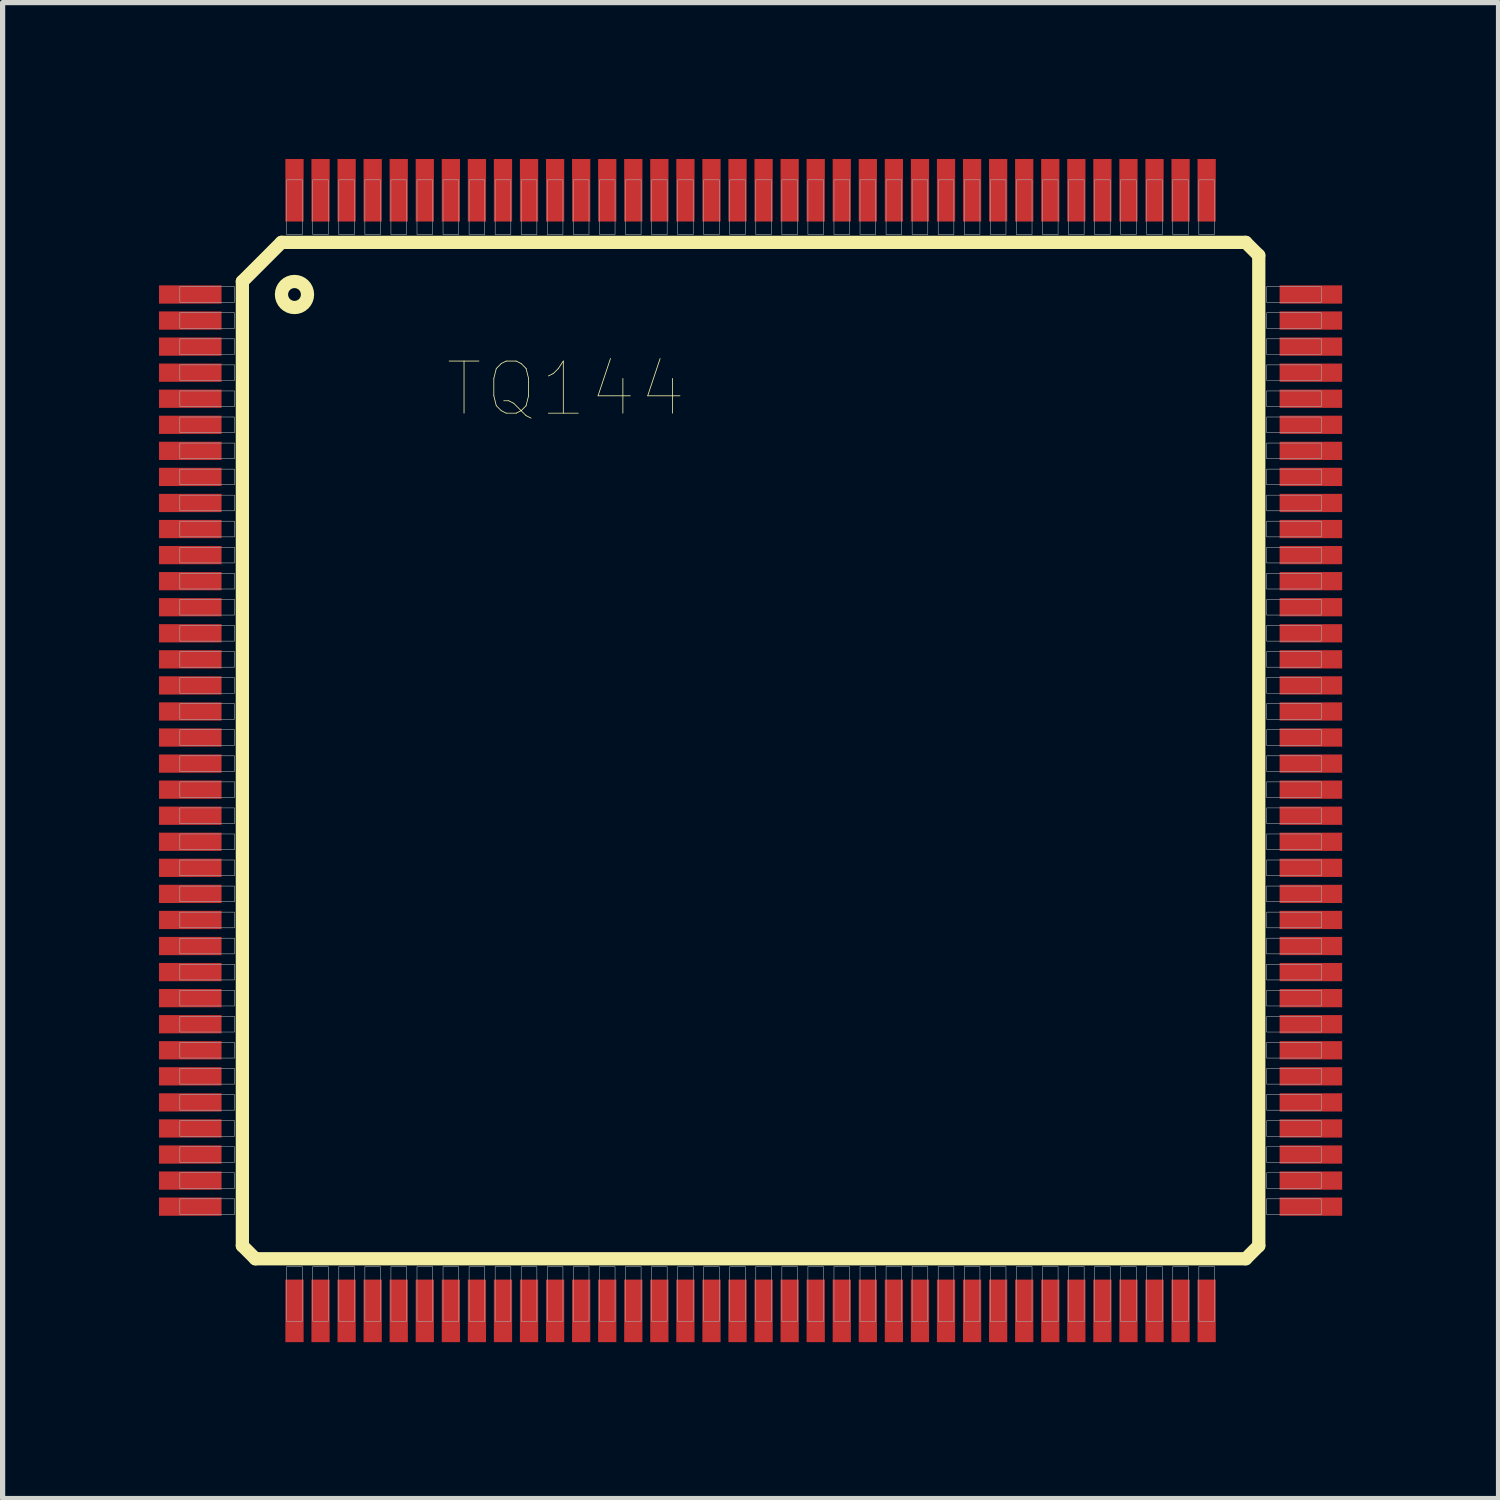
<source format=kicad_pcb>
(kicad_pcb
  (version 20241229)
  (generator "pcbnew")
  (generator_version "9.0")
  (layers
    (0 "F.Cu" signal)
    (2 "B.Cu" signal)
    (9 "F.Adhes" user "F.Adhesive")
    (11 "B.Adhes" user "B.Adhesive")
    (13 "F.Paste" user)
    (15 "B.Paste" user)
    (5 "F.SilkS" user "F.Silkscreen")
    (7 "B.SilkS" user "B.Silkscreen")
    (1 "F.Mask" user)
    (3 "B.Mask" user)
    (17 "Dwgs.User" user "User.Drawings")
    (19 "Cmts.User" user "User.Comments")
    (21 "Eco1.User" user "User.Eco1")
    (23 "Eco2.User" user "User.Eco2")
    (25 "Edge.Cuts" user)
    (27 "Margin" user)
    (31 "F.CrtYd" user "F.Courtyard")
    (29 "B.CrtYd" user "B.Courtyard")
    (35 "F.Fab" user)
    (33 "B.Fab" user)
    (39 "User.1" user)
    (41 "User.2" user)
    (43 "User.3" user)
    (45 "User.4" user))
  (footprint "TQ144"
    (layer "F.Cu")
    (at 11.35 11.35)
    (property "Reference" "TQ144" (at -3.545 -6.935 0) (layer "F.SilkS") (effects (font (size 1 1) (thickness 0.015))))
    (attr through_hole)
    (fp_line (start -9.75 -9) (end -9 -9.75) (stroke (width 0.254) (type solid)) (layer "F.SilkS"))
    (fp_line (start -9.75 9.5) (end -9.75 -9) (stroke (width 0.254) (type solid)) (layer "F.SilkS"))
    (fp_line (start -9.5 9.75) (end -9.75 9.5) (stroke (width 0.254) (type solid)) (layer "F.SilkS"))
    (fp_line (start -9 -9.75) (end 9.5 -9.75) (stroke (width 0.254) (type solid)) (layer "F.SilkS"))
    (fp_line (start 9.5 -9.75) (end 9.75 -9.5) (stroke (width 0.254) (type solid)) (layer "F.SilkS"))
    (fp_line (start 9.5 9.75) (end -9.5 9.75) (stroke (width 0.254) (type solid)) (layer "F.SilkS"))
    (fp_line (start 9.75 -9.5) (end 9.75 9.5) (stroke (width 0.254) (type solid)) (layer "F.SilkS"))
    (fp_line (start 9.75 9.5) (end 9.5 9.75) (stroke (width 0.254) (type solid)) (layer "F.SilkS"))
    (fp_circle (center -8.75 -8.75) (end -8.5 -8.75) (stroke (width 0.254) (type solid)) (fill no) (layer "F.SilkS"))
    (fp_poly (pts (xy -10.95 -8.9) (xy -9.9 -8.9) (xy -9.9 -8.6) (xy -10.95 -8.6)) (stroke (width 0.01) (type solid)) (fill no) (layer "F.Fab"))
    (fp_poly (pts (xy -10.95 -8.4) (xy -9.9 -8.4) (xy -9.9 -8.1) (xy -10.95 -8.1)) (stroke (width 0.01) (type solid)) (fill no) (layer "F.Fab"))
    (fp_poly (pts (xy -10.95 -7.9) (xy -9.9 -7.9) (xy -9.9 -7.6) (xy -10.95 -7.6)) (stroke (width 0.01) (type solid)) (fill no) (layer "F.Fab"))
    (fp_poly (pts (xy -10.95 -7.4) (xy -9.9 -7.4) (xy -9.9 -7.1) (xy -10.95 -7.1)) (stroke (width 0.01) (type solid)) (fill no) (layer "F.Fab"))
    (fp_poly (pts (xy -10.95 -6.9) (xy -9.9 -6.9) (xy -9.9 -6.6) (xy -10.95 -6.6)) (stroke (width 0.01) (type solid)) (fill no) (layer "F.Fab"))
    (fp_poly (pts (xy -10.95 -6.4) (xy -9.9 -6.4) (xy -9.9 -6.1) (xy -10.95 -6.1)) (stroke (width 0.01) (type solid)) (fill no) (layer "F.Fab"))
    (fp_poly (pts (xy -10.95 -5.9) (xy -9.9 -5.9) (xy -9.9 -5.6) (xy -10.95 -5.6)) (stroke (width 0.01) (type solid)) (fill no) (layer "F.Fab"))
    (fp_poly (pts (xy -10.95 -5.4) (xy -9.9 -5.4) (xy -9.9 -5.1) (xy -10.95 -5.1)) (stroke (width 0.01) (type solid)) (fill no) (layer "F.Fab"))
    (fp_poly (pts (xy -10.95 -4.9) (xy -9.9 -4.9) (xy -9.9 -4.6) (xy -10.95 -4.6)) (stroke (width 0.01) (type solid)) (fill no) (layer "F.Fab"))
    (fp_poly (pts (xy -10.95 -4.4) (xy -9.9 -4.4) (xy -9.9 -4.1) (xy -10.95 -4.1)) (stroke (width 0.01) (type solid)) (fill no) (layer "F.Fab"))
    (fp_poly (pts (xy -10.95 -3.9) (xy -9.9 -3.9) (xy -9.9 -3.6) (xy -10.95 -3.6)) (stroke (width 0.01) (type solid)) (fill no) (layer "F.Fab"))
    (fp_poly (pts (xy -10.95 -3.4) (xy -9.9 -3.4) (xy -9.9 -3.1) (xy -10.95 -3.1)) (stroke (width 0.01) (type solid)) (fill no) (layer "F.Fab"))
    (fp_poly (pts (xy -10.95 -2.9) (xy -9.9 -2.9) (xy -9.9 -2.6) (xy -10.95 -2.6)) (stroke (width 0.01) (type solid)) (fill no) (layer "F.Fab"))
    (fp_poly (pts (xy -10.95 -2.4) (xy -9.9 -2.4) (xy -9.9 -2.1) (xy -10.95 -2.1)) (stroke (width 0.01) (type solid)) (fill no) (layer "F.Fab"))
    (fp_poly (pts (xy -10.95 -1.9) (xy -9.9 -1.9) (xy -9.9 -1.6) (xy -10.95 -1.6)) (stroke (width 0.01) (type solid)) (fill no) (layer "F.Fab"))
    (fp_poly (pts (xy -10.95 -1.4) (xy -9.9 -1.4) (xy -9.9 -1.1) (xy -10.95 -1.1)) (stroke (width 0.01) (type solid)) (fill no) (layer "F.Fab"))
    (fp_poly (pts (xy -10.95 -0.9) (xy -9.9 -0.9) (xy -9.9 -0.6) (xy -10.95 -0.6)) (stroke (width 0.01) (type solid)) (fill no) (layer "F.Fab"))
    (fp_poly (pts (xy -10.95 -0.4) (xy -9.9 -0.4) (xy -9.9 -0.1) (xy -10.95 -0.1)) (stroke (width 0.01) (type solid)) (fill no) (layer "F.Fab"))
    (fp_poly (pts (xy -10.95 0.1) (xy -9.9 0.1) (xy -9.9 0.4) (xy -10.95 0.4)) (stroke (width 0.01) (type solid)) (fill no) (layer "F.Fab"))
    (fp_poly (pts (xy -10.95 0.6) (xy -9.9 0.6) (xy -9.9 0.9) (xy -10.95 0.9)) (stroke (width 0.01) (type solid)) (fill no) (layer "F.Fab"))
    (fp_poly (pts (xy -10.95 1.1) (xy -9.9 1.1) (xy -9.9 1.4) (xy -10.95 1.4)) (stroke (width 0.01) (type solid)) (fill no) (layer "F.Fab"))
    (fp_poly (pts (xy -10.95 1.6) (xy -9.9 1.6) (xy -9.9 1.9) (xy -10.95 1.9)) (stroke (width 0.01) (type solid)) (fill no) (layer "F.Fab"))
    (fp_poly (pts (xy -10.95 2.1) (xy -9.9 2.1) (xy -9.9 2.4) (xy -10.95 2.4)) (stroke (width 0.01) (type solid)) (fill no) (layer "F.Fab"))
    (fp_poly (pts (xy -10.95 2.6) (xy -9.9 2.6) (xy -9.9 2.9) (xy -10.95 2.9)) (stroke (width 0.01) (type solid)) (fill no) (layer "F.Fab"))
    (fp_poly (pts (xy -10.95 3.1) (xy -9.9 3.1) (xy -9.9 3.4) (xy -10.95 3.4)) (stroke (width 0.01) (type solid)) (fill no) (layer "F.Fab"))
    (fp_poly (pts (xy -10.95 3.6) (xy -9.9 3.6) (xy -9.9 3.9) (xy -10.95 3.9)) (stroke (width 0.01) (type solid)) (fill no) (layer "F.Fab"))
    (fp_poly (pts (xy -10.95 4.1) (xy -9.9 4.1) (xy -9.9 4.4) (xy -10.95 4.4)) (stroke (width 0.01) (type solid)) (fill no) (layer "F.Fab"))
    (fp_poly (pts (xy -10.95 4.6) (xy -9.9 4.6) (xy -9.9 4.9) (xy -10.95 4.9)) (stroke (width 0.01) (type solid)) (fill no) (layer "F.Fab"))
    (fp_poly (pts (xy -10.95 5.1) (xy -9.9 5.1) (xy -9.9 5.4) (xy -10.95 5.4)) (stroke (width 0.01) (type solid)) (fill no) (layer "F.Fab"))
    (fp_poly (pts (xy -10.95 5.6) (xy -9.9 5.6) (xy -9.9 5.9) (xy -10.95 5.9)) (stroke (width 0.01) (type solid)) (fill no) (layer "F.Fab"))
    (fp_poly (pts (xy -10.95 6.1) (xy -9.9 6.1) (xy -9.9 6.4) (xy -10.95 6.4)) (stroke (width 0.01) (type solid)) (fill no) (layer "F.Fab"))
    (fp_poly (pts (xy -10.95 6.6) (xy -9.9 6.6) (xy -9.9 6.9) (xy -10.95 6.9)) (stroke (width 0.01) (type solid)) (fill no) (layer "F.Fab"))
    (fp_poly (pts (xy -10.95 7.1) (xy -9.9 7.1) (xy -9.9 7.4) (xy -10.95 7.4)) (stroke (width 0.01) (type solid)) (fill no) (layer "F.Fab"))
    (fp_poly (pts (xy -10.95 7.6) (xy -9.9 7.6) (xy -9.9 7.9) (xy -10.95 7.9)) (stroke (width 0.01) (type solid)) (fill no) (layer "F.Fab"))
    (fp_poly (pts (xy -10.95 8.1) (xy -9.9 8.1) (xy -9.9 8.4) (xy -10.95 8.4)) (stroke (width 0.01) (type solid)) (fill no) (layer "F.Fab"))
    (fp_poly (pts (xy -10.95 8.6) (xy -9.9 8.6) (xy -9.9 8.9) (xy -10.95 8.9)) (stroke (width 0.01) (type solid)) (fill no) (layer "F.Fab"))
    (fp_poly (pts (xy -8.9 -10.95) (xy -8.6 -10.95) (xy -8.6 -9.9) (xy -8.9 -9.9)) (stroke (width 0.01) (type solid)) (fill no) (layer "F.Fab"))
    (fp_poly (pts (xy -8.9 9.9) (xy -8.6 9.9) (xy -8.6 10.95) (xy -8.9 10.95)) (stroke (width 0.01) (type solid)) (fill no) (layer "F.Fab"))
    (fp_poly (pts (xy -8.4 -10.95) (xy -8.1 -10.95) (xy -8.1 -9.9) (xy -8.4 -9.9)) (stroke (width 0.01) (type solid)) (fill no) (layer "F.Fab"))
    (fp_poly (pts (xy -8.4 9.9) (xy -8.1 9.9) (xy -8.1 10.95) (xy -8.4 10.95)) (stroke (width 0.01) (type solid)) (fill no) (layer "F.Fab"))
    (fp_poly (pts (xy -7.9 -10.95) (xy -7.6 -10.95) (xy -7.6 -9.9) (xy -7.9 -9.9)) (stroke (width 0.01) (type solid)) (fill no) (layer "F.Fab"))
    (fp_poly (pts (xy -7.9 9.9) (xy -7.6 9.9) (xy -7.6 10.95) (xy -7.9 10.95)) (stroke (width 0.01) (type solid)) (fill no) (layer "F.Fab"))
    (fp_poly (pts (xy -7.4 -10.95) (xy -7.1 -10.95) (xy -7.1 -9.9) (xy -7.4 -9.9)) (stroke (width 0.01) (type solid)) (fill no) (layer "F.Fab"))
    (fp_poly (pts (xy -7.4 9.9) (xy -7.1 9.9) (xy -7.1 10.95) (xy -7.4 10.95)) (stroke (width 0.01) (type solid)) (fill no) (layer "F.Fab"))
    (fp_poly (pts (xy -6.9 -10.95) (xy -6.6 -10.95) (xy -6.6 -9.9) (xy -6.9 -9.9)) (stroke (width 0.01) (type solid)) (fill no) (layer "F.Fab"))
    (fp_poly (pts (xy -6.9 9.9) (xy -6.6 9.9) (xy -6.6 10.95) (xy -6.9 10.95)) (stroke (width 0.01) (type solid)) (fill no) (layer "F.Fab"))
    (fp_poly (pts (xy -6.4 -10.95) (xy -6.1 -10.95) (xy -6.1 -9.9) (xy -6.4 -9.9)) (stroke (width 0.01) (type solid)) (fill no) (layer "F.Fab"))
    (fp_poly (pts (xy -6.4 9.9) (xy -6.1 9.9) (xy -6.1 10.95) (xy -6.4 10.95)) (stroke (width 0.01) (type solid)) (fill no) (layer "F.Fab"))
    (fp_poly (pts (xy -5.9 -10.95) (xy -5.6 -10.95) (xy -5.6 -9.9) (xy -5.9 -9.9)) (stroke (width 0.01) (type solid)) (fill no) (layer "F.Fab"))
    (fp_poly (pts (xy -5.9 9.9) (xy -5.6 9.9) (xy -5.6 10.95) (xy -5.9 10.95)) (stroke (width 0.01) (type solid)) (fill no) (layer "F.Fab"))
    (fp_poly (pts (xy -5.4 -10.95) (xy -5.1 -10.95) (xy -5.1 -9.9) (xy -5.4 -9.9)) (stroke (width 0.01) (type solid)) (fill no) (layer "F.Fab"))
    (fp_poly (pts (xy -5.4 9.9) (xy -5.1 9.9) (xy -5.1 10.95) (xy -5.4 10.95)) (stroke (width 0.01) (type solid)) (fill no) (layer "F.Fab"))
    (fp_poly (pts (xy -4.9 -10.95) (xy -4.6 -10.95) (xy -4.6 -9.9) (xy -4.9 -9.9)) (stroke (width 0.01) (type solid)) (fill no) (layer "F.Fab"))
    (fp_poly (pts (xy -4.9 9.9) (xy -4.6 9.9) (xy -4.6 10.95) (xy -4.9 10.95)) (stroke (width 0.01) (type solid)) (fill no) (layer "F.Fab"))
    (fp_poly (pts (xy -4.4 -10.95) (xy -4.1 -10.95) (xy -4.1 -9.9) (xy -4.4 -9.9)) (stroke (width 0.01) (type solid)) (fill no) (layer "F.Fab"))
    (fp_poly (pts (xy -4.4 9.9) (xy -4.1 9.9) (xy -4.1 10.95) (xy -4.4 10.95)) (stroke (width 0.01) (type solid)) (fill no) (layer "F.Fab"))
    (fp_poly (pts (xy -3.9 -10.95) (xy -3.6 -10.95) (xy -3.6 -9.9) (xy -3.9 -9.9)) (stroke (width 0.01) (type solid)) (fill no) (layer "F.Fab"))
    (fp_poly (pts (xy -3.9 9.9) (xy -3.6 9.9) (xy -3.6 10.95) (xy -3.9 10.95)) (stroke (width 0.01) (type solid)) (fill no) (layer "F.Fab"))
    (fp_poly (pts (xy -3.4 -10.95) (xy -3.1 -10.95) (xy -3.1 -9.9) (xy -3.4 -9.9)) (stroke (width 0.01) (type solid)) (fill no) (layer "F.Fab"))
    (fp_poly (pts (xy -3.4 9.9) (xy -3.1 9.9) (xy -3.1 10.95) (xy -3.4 10.95)) (stroke (width 0.01) (type solid)) (fill no) (layer "F.Fab"))
    (fp_poly (pts (xy -2.9 -10.95) (xy -2.6 -10.95) (xy -2.6 -9.9) (xy -2.9 -9.9)) (stroke (width 0.01) (type solid)) (fill no) (layer "F.Fab"))
    (fp_poly (pts (xy -2.9 9.9) (xy -2.6 9.9) (xy -2.6 10.95) (xy -2.9 10.95)) (stroke (width 0.01) (type solid)) (fill no) (layer "F.Fab"))
    (fp_poly (pts (xy -2.4 -10.95) (xy -2.1 -10.95) (xy -2.1 -9.9) (xy -2.4 -9.9)) (stroke (width 0.01) (type solid)) (fill no) (layer "F.Fab"))
    (fp_poly (pts (xy -2.4 9.9) (xy -2.1 9.9) (xy -2.1 10.95) (xy -2.4 10.95)) (stroke (width 0.01) (type solid)) (fill no) (layer "F.Fab"))
    (fp_poly (pts (xy -1.9 -10.95) (xy -1.6 -10.95) (xy -1.6 -9.9) (xy -1.9 -9.9)) (stroke (width 0.01) (type solid)) (fill no) (layer "F.Fab"))
    (fp_poly (pts (xy -1.9 9.9) (xy -1.6 9.9) (xy -1.6 10.95) (xy -1.9 10.95)) (stroke (width 0.01) (type solid)) (fill no) (layer "F.Fab"))
    (fp_poly (pts (xy -1.4 -10.95) (xy -1.1 -10.95) (xy -1.1 -9.9) (xy -1.4 -9.9)) (stroke (width 0.01) (type solid)) (fill no) (layer "F.Fab"))
    (fp_poly (pts (xy -1.4 9.9) (xy -1.1 9.9) (xy -1.1 10.95) (xy -1.4 10.95)) (stroke (width 0.01) (type solid)) (fill no) (layer "F.Fab"))
    (fp_poly (pts (xy -0.9 -10.95) (xy -0.6 -10.95) (xy -0.6 -9.9) (xy -0.9 -9.9)) (stroke (width 0.01) (type solid)) (fill no) (layer "F.Fab"))
    (fp_poly (pts (xy -0.9 9.9) (xy -0.6 9.9) (xy -0.6 10.95) (xy -0.9 10.95)) (stroke (width 0.01) (type solid)) (fill no) (layer "F.Fab"))
    (fp_poly (pts (xy -0.4 -10.95) (xy -0.1 -10.95) (xy -0.1 -9.9) (xy -0.4 -9.9)) (stroke (width 0.01) (type solid)) (fill no) (layer "F.Fab"))
    (fp_poly (pts (xy -0.4 9.9) (xy -0.1 9.9) (xy -0.1 10.95) (xy -0.4 10.95)) (stroke (width 0.01) (type solid)) (fill no) (layer "F.Fab"))
    (fp_poly (pts (xy 0.1 -10.95) (xy 0.4 -10.95) (xy 0.4 -9.9) (xy 0.1 -9.9)) (stroke (width 0.01) (type solid)) (fill no) (layer "F.Fab"))
    (fp_poly (pts (xy 0.1 9.9) (xy 0.4 9.9) (xy 0.4 10.95) (xy 0.1 10.95)) (stroke (width 0.01) (type solid)) (fill no) (layer "F.Fab"))
    (fp_poly (pts (xy 0.6 -10.95) (xy 0.9 -10.95) (xy 0.9 -9.9) (xy 0.6 -9.9)) (stroke (width 0.01) (type solid)) (fill no) (layer "F.Fab"))
    (fp_poly (pts (xy 0.6 9.9) (xy 0.9 9.9) (xy 0.9 10.95) (xy 0.6 10.95)) (stroke (width 0.01) (type solid)) (fill no) (layer "F.Fab"))
    (fp_poly (pts (xy 1.1 -10.95) (xy 1.4 -10.95) (xy 1.4 -9.9) (xy 1.1 -9.9)) (stroke (width 0.01) (type solid)) (fill no) (layer "F.Fab"))
    (fp_poly (pts (xy 1.1 9.9) (xy 1.4 9.9) (xy 1.4 10.95) (xy 1.1 10.95)) (stroke (width 0.01) (type solid)) (fill no) (layer "F.Fab"))
    (fp_poly (pts (xy 1.6 -10.95) (xy 1.9 -10.95) (xy 1.9 -9.9) (xy 1.6 -9.9)) (stroke (width 0.01) (type solid)) (fill no) (layer "F.Fab"))
    (fp_poly (pts (xy 1.6 9.9) (xy 1.9 9.9) (xy 1.9 10.95) (xy 1.6 10.95)) (stroke (width 0.01) (type solid)) (fill no) (layer "F.Fab"))
    (fp_poly (pts (xy 2.1 -10.95) (xy 2.4 -10.95) (xy 2.4 -9.9) (xy 2.1 -9.9)) (stroke (width 0.01) (type solid)) (fill no) (layer "F.Fab"))
    (fp_poly (pts (xy 2.1 9.9) (xy 2.4 9.9) (xy 2.4 10.95) (xy 2.1 10.95)) (stroke (width 0.01) (type solid)) (fill no) (layer "F.Fab"))
    (fp_poly (pts (xy 2.6 -10.95) (xy 2.9 -10.95) (xy 2.9 -9.9) (xy 2.6 -9.9)) (stroke (width 0.01) (type solid)) (fill no) (layer "F.Fab"))
    (fp_poly (pts (xy 2.6 9.9) (xy 2.9 9.9) (xy 2.9 10.95) (xy 2.6 10.95)) (stroke (width 0.01) (type solid)) (fill no) (layer "F.Fab"))
    (fp_poly (pts (xy 3.1 -10.95) (xy 3.4 -10.95) (xy 3.4 -9.9) (xy 3.1 -9.9)) (stroke (width 0.01) (type solid)) (fill no) (layer "F.Fab"))
    (fp_poly (pts (xy 3.1 9.9) (xy 3.4 9.9) (xy 3.4 10.95) (xy 3.1 10.95)) (stroke (width 0.01) (type solid)) (fill no) (layer "F.Fab"))
    (fp_poly (pts (xy 3.6 -10.95) (xy 3.9 -10.95) (xy 3.9 -9.9) (xy 3.6 -9.9)) (stroke (width 0.01) (type solid)) (fill no) (layer "F.Fab"))
    (fp_poly (pts (xy 3.6 9.9) (xy 3.9 9.9) (xy 3.9 10.95) (xy 3.6 10.95)) (stroke (width 0.01) (type solid)) (fill no) (layer "F.Fab"))
    (fp_poly (pts (xy 4.1 -10.95) (xy 4.4 -10.95) (xy 4.4 -9.9) (xy 4.1 -9.9)) (stroke (width 0.01) (type solid)) (fill no) (layer "F.Fab"))
    (fp_poly (pts (xy 4.1 9.9) (xy 4.4 9.9) (xy 4.4 10.95) (xy 4.1 10.95)) (stroke (width 0.01) (type solid)) (fill no) (layer "F.Fab"))
    (fp_poly (pts (xy 4.6 -10.95) (xy 4.9 -10.95) (xy 4.9 -9.9) (xy 4.6 -9.9)) (stroke (width 0.01) (type solid)) (fill no) (layer "F.Fab"))
    (fp_poly (pts (xy 4.6 9.9) (xy 4.9 9.9) (xy 4.9 10.95) (xy 4.6 10.95)) (stroke (width 0.01) (type solid)) (fill no) (layer "F.Fab"))
    (fp_poly (pts (xy 5.1 -10.95) (xy 5.4 -10.95) (xy 5.4 -9.9) (xy 5.1 -9.9)) (stroke (width 0.01) (type solid)) (fill no) (layer "F.Fab"))
    (fp_poly (pts (xy 5.1 9.9) (xy 5.4 9.9) (xy 5.4 10.95) (xy 5.1 10.95)) (stroke (width 0.01) (type solid)) (fill no) (layer "F.Fab"))
    (fp_poly (pts (xy 5.6 -10.95) (xy 5.9 -10.95) (xy 5.9 -9.9) (xy 5.6 -9.9)) (stroke (width 0.01) (type solid)) (fill no) (layer "F.Fab"))
    (fp_poly (pts (xy 5.6 9.9) (xy 5.9 9.9) (xy 5.9 10.95) (xy 5.6 10.95)) (stroke (width 0.01) (type solid)) (fill no) (layer "F.Fab"))
    (fp_poly (pts (xy 6.1 -10.95) (xy 6.4 -10.95) (xy 6.4 -9.9) (xy 6.1 -9.9)) (stroke (width 0.01) (type solid)) (fill no) (layer "F.Fab"))
    (fp_poly (pts (xy 6.1 9.9) (xy 6.4 9.9) (xy 6.4 10.95) (xy 6.1 10.95)) (stroke (width 0.01) (type solid)) (fill no) (layer "F.Fab"))
    (fp_poly (pts (xy 6.6 -10.95) (xy 6.9 -10.95) (xy 6.9 -9.9) (xy 6.6 -9.9)) (stroke (width 0.01) (type solid)) (fill no) (layer "F.Fab"))
    (fp_poly (pts (xy 6.6 9.9) (xy 6.9 9.9) (xy 6.9 10.95) (xy 6.6 10.95)) (stroke (width 0.01) (type solid)) (fill no) (layer "F.Fab"))
    (fp_poly (pts (xy 7.1 -10.95) (xy 7.4 -10.95) (xy 7.4 -9.9) (xy 7.1 -9.9)) (stroke (width 0.01) (type solid)) (fill no) (layer "F.Fab"))
    (fp_poly (pts (xy 7.1 9.9) (xy 7.4 9.9) (xy 7.4 10.95) (xy 7.1 10.95)) (stroke (width 0.01) (type solid)) (fill no) (layer "F.Fab"))
    (fp_poly (pts (xy 7.6 -10.95) (xy 7.9 -10.95) (xy 7.9 -9.9) (xy 7.6 -9.9)) (stroke (width 0.01) (type solid)) (fill no) (layer "F.Fab"))
    (fp_poly (pts (xy 7.6 9.9) (xy 7.9 9.9) (xy 7.9 10.95) (xy 7.6 10.95)) (stroke (width 0.01) (type solid)) (fill no) (layer "F.Fab"))
    (fp_poly (pts (xy 8.1 -10.95) (xy 8.4 -10.95) (xy 8.4 -9.9) (xy 8.1 -9.9)) (stroke (width 0.01) (type solid)) (fill no) (layer "F.Fab"))
    (fp_poly (pts (xy 8.1 9.9) (xy 8.4 9.9) (xy 8.4 10.95) (xy 8.1 10.95)) (stroke (width 0.01) (type solid)) (fill no) (layer "F.Fab"))
    (fp_poly (pts (xy 8.6 -10.95) (xy 8.9 -10.95) (xy 8.9 -9.9) (xy 8.6 -9.9)) (stroke (width 0.01) (type solid)) (fill no) (layer "F.Fab"))
    (fp_poly (pts (xy 8.6 9.9) (xy 8.9 9.9) (xy 8.9 10.95) (xy 8.6 10.95)) (stroke (width 0.01) (type solid)) (fill no) (layer "F.Fab"))
    (fp_poly (pts (xy 9.9 -8.9) (xy 10.95 -8.9) (xy 10.95 -8.6) (xy 9.9 -8.6)) (stroke (width 0.01) (type solid)) (fill no) (layer "F.Fab"))
    (fp_poly (pts (xy 9.9 -8.4) (xy 10.95 -8.4) (xy 10.95 -8.1) (xy 9.9 -8.1)) (stroke (width 0.01) (type solid)) (fill no) (layer "F.Fab"))
    (fp_poly (pts (xy 9.9 -7.9) (xy 10.95 -7.9) (xy 10.95 -7.6) (xy 9.9 -7.6)) (stroke (width 0.01) (type solid)) (fill no) (layer "F.Fab"))
    (fp_poly (pts (xy 9.9 -7.4) (xy 10.95 -7.4) (xy 10.95 -7.1) (xy 9.9 -7.1)) (stroke (width 0.01) (type solid)) (fill no) (layer "F.Fab"))
    (fp_poly (pts (xy 9.9 -6.9) (xy 10.95 -6.9) (xy 10.95 -6.6) (xy 9.9 -6.6)) (stroke (width 0.01) (type solid)) (fill no) (layer "F.Fab"))
    (fp_poly (pts (xy 9.9 -6.4) (xy 10.95 -6.4) (xy 10.95 -6.1) (xy 9.9 -6.1)) (stroke (width 0.01) (type solid)) (fill no) (layer "F.Fab"))
    (fp_poly (pts (xy 9.9 -5.9) (xy 10.95 -5.9) (xy 10.95 -5.6) (xy 9.9 -5.6)) (stroke (width 0.01) (type solid)) (fill no) (layer "F.Fab"))
    (fp_poly (pts (xy 9.9 -5.4) (xy 10.95 -5.4) (xy 10.95 -5.1) (xy 9.9 -5.1)) (stroke (width 0.01) (type solid)) (fill no) (layer "F.Fab"))
    (fp_poly (pts (xy 9.9 -4.9) (xy 10.95 -4.9) (xy 10.95 -4.6) (xy 9.9 -4.6)) (stroke (width 0.01) (type solid)) (fill no) (layer "F.Fab"))
    (fp_poly (pts (xy 9.9 -4.4) (xy 10.95 -4.4) (xy 10.95 -4.1) (xy 9.9 -4.1)) (stroke (width 0.01) (type solid)) (fill no) (layer "F.Fab"))
    (fp_poly (pts (xy 9.9 -3.9) (xy 10.95 -3.9) (xy 10.95 -3.6) (xy 9.9 -3.6)) (stroke (width 0.01) (type solid)) (fill no) (layer "F.Fab"))
    (fp_poly (pts (xy 9.9 -3.4) (xy 10.95 -3.4) (xy 10.95 -3.1) (xy 9.9 -3.1)) (stroke (width 0.01) (type solid)) (fill no) (layer "F.Fab"))
    (fp_poly (pts (xy 9.9 -2.9) (xy 10.95 -2.9) (xy 10.95 -2.6) (xy 9.9 -2.6)) (stroke (width 0.01) (type solid)) (fill no) (layer "F.Fab"))
    (fp_poly (pts (xy 9.9 -2.4) (xy 10.95 -2.4) (xy 10.95 -2.1) (xy 9.9 -2.1)) (stroke (width 0.01) (type solid)) (fill no) (layer "F.Fab"))
    (fp_poly (pts (xy 9.9 -1.9) (xy 10.95 -1.9) (xy 10.95 -1.6) (xy 9.9 -1.6)) (stroke (width 0.01) (type solid)) (fill no) (layer "F.Fab"))
    (fp_poly (pts (xy 9.9 -1.4) (xy 10.95 -1.4) (xy 10.95 -1.1) (xy 9.9 -1.1)) (stroke (width 0.01) (type solid)) (fill no) (layer "F.Fab"))
    (fp_poly (pts (xy 9.9 -0.9) (xy 10.95 -0.9) (xy 10.95 -0.6) (xy 9.9 -0.6)) (stroke (width 0.01) (type solid)) (fill no) (layer "F.Fab"))
    (fp_poly (pts (xy 9.9 -0.4) (xy 10.95 -0.4) (xy 10.95 -0.1) (xy 9.9 -0.1)) (stroke (width 0.01) (type solid)) (fill no) (layer "F.Fab"))
    (fp_poly (pts (xy 9.9 0.1) (xy 10.95 0.1) (xy 10.95 0.4) (xy 9.9 0.4)) (stroke (width 0.01) (type solid)) (fill no) (layer "F.Fab"))
    (fp_poly (pts (xy 9.9 0.6) (xy 10.95 0.6) (xy 10.95 0.9) (xy 9.9 0.9)) (stroke (width 0.01) (type solid)) (fill no) (layer "F.Fab"))
    (fp_poly (pts (xy 9.9 1.1) (xy 10.95 1.1) (xy 10.95 1.4) (xy 9.9 1.4)) (stroke (width 0.01) (type solid)) (fill no) (layer "F.Fab"))
    (fp_poly (pts (xy 9.9 1.6) (xy 10.95 1.6) (xy 10.95 1.9) (xy 9.9 1.9)) (stroke (width 0.01) (type solid)) (fill no) (layer "F.Fab"))
    (fp_poly (pts (xy 9.9 2.1) (xy 10.95 2.1) (xy 10.95 2.4) (xy 9.9 2.4)) (stroke (width 0.01) (type solid)) (fill no) (layer "F.Fab"))
    (fp_poly (pts (xy 9.9 2.6) (xy 10.95 2.6) (xy 10.95 2.9) (xy 9.9 2.9)) (stroke (width 0.01) (type solid)) (fill no) (layer "F.Fab"))
    (fp_poly (pts (xy 9.9 3.1) (xy 10.95 3.1) (xy 10.95 3.4) (xy 9.9 3.4)) (stroke (width 0.01) (type solid)) (fill no) (layer "F.Fab"))
    (fp_poly (pts (xy 9.9 3.6) (xy 10.95 3.6) (xy 10.95 3.9) (xy 9.9 3.9)) (stroke (width 0.01) (type solid)) (fill no) (layer "F.Fab"))
    (fp_poly (pts (xy 9.9 4.1) (xy 10.95 4.1) (xy 10.95 4.4) (xy 9.9 4.4)) (stroke (width 0.01) (type solid)) (fill no) (layer "F.Fab"))
    (fp_poly (pts (xy 9.9 4.6) (xy 10.95 4.6) (xy 10.95 4.9) (xy 9.9 4.9)) (stroke (width 0.01) (type solid)) (fill no) (layer "F.Fab"))
    (fp_poly (pts (xy 9.9 5.1) (xy 10.95 5.1) (xy 10.95 5.4) (xy 9.9 5.4)) (stroke (width 0.01) (type solid)) (fill no) (layer "F.Fab"))
    (fp_poly (pts (xy 9.9 5.6) (xy 10.95 5.6) (xy 10.95 5.9) (xy 9.9 5.9)) (stroke (width 0.01) (type solid)) (fill no) (layer "F.Fab"))
    (fp_poly (pts (xy 9.9 6.1) (xy 10.95 6.1) (xy 10.95 6.4) (xy 9.9 6.4)) (stroke (width 0.01) (type solid)) (fill no) (layer "F.Fab"))
    (fp_poly (pts (xy 9.9 6.6) (xy 10.95 6.6) (xy 10.95 6.9) (xy 9.9 6.9)) (stroke (width 0.01) (type solid)) (fill no) (layer "F.Fab"))
    (fp_poly (pts (xy 9.9 7.1) (xy 10.95 7.1) (xy 10.95 7.4) (xy 9.9 7.4)) (stroke (width 0.01) (type solid)) (fill no) (layer "F.Fab"))
    (fp_poly (pts (xy 9.9 7.6) (xy 10.95 7.6) (xy 10.95 7.9) (xy 9.9 7.9)) (stroke (width 0.01) (type solid)) (fill no) (layer "F.Fab"))
    (fp_poly (pts (xy 9.9 8.1) (xy 10.95 8.1) (xy 10.95 8.4) (xy 9.9 8.4)) (stroke (width 0.01) (type solid)) (fill no) (layer "F.Fab"))
    (fp_poly (pts (xy 9.9 8.6) (xy 10.95 8.6) (xy 10.95 8.9) (xy 9.9 8.9)) (stroke (width 0.01) (type solid)) (fill no) (layer "F.Fab"))
    (pad "1" smd rect (at -10.75 -8.75) (size 1.2 0.35) (layers "F.Cu" "F.Mask" "F.Paste"))
    (pad "2" smd rect (at -10.75 -8.25) (size 1.2 0.35) (layers "F.Cu" "F.Mask" "F.Paste"))
    (pad "3" smd rect (at -10.75 -7.75) (size 1.2 0.35) (layers "F.Cu" "F.Mask" "F.Paste"))
    (pad "4" smd rect (at -10.75 -7.25) (size 1.2 0.35) (layers "F.Cu" "F.Mask" "F.Paste"))
    (pad "5" smd rect (at -10.75 -6.75) (size 1.2 0.35) (layers "F.Cu" "F.Mask" "F.Paste"))
    (pad "6" smd rect (at -10.75 -6.25) (size 1.2 0.35) (layers "F.Cu" "F.Mask" "F.Paste"))
    (pad "7" smd rect (at -10.75 -5.75) (size 1.2 0.35) (layers "F.Cu" "F.Mask" "F.Paste"))
    (pad "8" smd rect (at -10.75 -5.25) (size 1.2 0.35) (layers "F.Cu" "F.Mask" "F.Paste"))
    (pad "9" smd rect (at -10.75 -4.75) (size 1.2 0.35) (layers "F.Cu" "F.Mask" "F.Paste"))
    (pad "10" smd rect (at -10.75 -4.25) (size 1.2 0.35) (layers "F.Cu" "F.Mask" "F.Paste"))
    (pad "11" smd rect (at -10.75 -3.75) (size 1.2 0.35) (layers "F.Cu" "F.Mask" "F.Paste"))
    (pad "12" smd rect (at -10.75 -3.25) (size 1.2 0.35) (layers "F.Cu" "F.Mask" "F.Paste"))
    (pad "13" smd rect (at -10.75 -2.75) (size 1.2 0.35) (layers "F.Cu" "F.Mask" "F.Paste"))
    (pad "14" smd rect (at -10.75 -2.25) (size 1.2 0.35) (layers "F.Cu" "F.Mask" "F.Paste"))
    (pad "15" smd rect (at -10.75 -1.75) (size 1.2 0.35) (layers "F.Cu" "F.Mask" "F.Paste"))
    (pad "16" smd rect (at -10.75 -1.25) (size 1.2 0.35) (layers "F.Cu" "F.Mask" "F.Paste"))
    (pad "17" smd rect (at -10.75 -0.75) (size 1.2 0.35) (layers "F.Cu" "F.Mask" "F.Paste"))
    (pad "18" smd rect (at -10.75 -0.25) (size 1.2 0.35) (layers "F.Cu" "F.Mask" "F.Paste"))
    (pad "19" smd rect (at -10.75 0.25) (size 1.2 0.35) (layers "F.Cu" "F.Mask" "F.Paste"))
    (pad "20" smd rect (at -10.75 0.75) (size 1.2 0.35) (layers "F.Cu" "F.Mask" "F.Paste"))
    (pad "21" smd rect (at -10.75 1.25) (size 1.2 0.35) (layers "F.Cu" "F.Mask" "F.Paste"))
    (pad "22" smd rect (at -10.75 1.75) (size 1.2 0.35) (layers "F.Cu" "F.Mask" "F.Paste"))
    (pad "23" smd rect (at -10.75 2.25) (size 1.2 0.35) (layers "F.Cu" "F.Mask" "F.Paste"))
    (pad "24" smd rect (at -10.75 2.75) (size 1.2 0.35) (layers "F.Cu" "F.Mask" "F.Paste"))
    (pad "25" smd rect (at -10.75 3.25) (size 1.2 0.35) (layers "F.Cu" "F.Mask" "F.Paste"))
    (pad "26" smd rect (at -10.75 3.75) (size 1.2 0.35) (layers "F.Cu" "F.Mask" "F.Paste"))
    (pad "27" smd rect (at -10.75 4.25) (size 1.2 0.35) (layers "F.Cu" "F.Mask" "F.Paste"))
    (pad "28" smd rect (at -10.75 4.75) (size 1.2 0.35) (layers "F.Cu" "F.Mask" "F.Paste"))
    (pad "29" smd rect (at -10.75 5.25) (size 1.2 0.35) (layers "F.Cu" "F.Mask" "F.Paste"))
    (pad "30" smd rect (at -10.75 5.75) (size 1.2 0.35) (layers "F.Cu" "F.Mask" "F.Paste"))
    (pad "31" smd rect (at -10.75 6.25) (size 1.2 0.35) (layers "F.Cu" "F.Mask" "F.Paste"))
    (pad "32" smd rect (at -10.75 6.75) (size 1.2 0.35) (layers "F.Cu" "F.Mask" "F.Paste"))
    (pad "33" smd rect (at -10.75 7.25) (size 1.2 0.35) (layers "F.Cu" "F.Mask" "F.Paste"))
    (pad "34" smd rect (at -10.75 7.75) (size 1.2 0.35) (layers "F.Cu" "F.Mask" "F.Paste"))
    (pad "35" smd rect (at -10.75 8.25) (size 1.2 0.35) (layers "F.Cu" "F.Mask" "F.Paste"))
    (pad "36" smd rect (at -10.75 8.75) (size 1.2 0.35) (layers "F.Cu" "F.Mask" "F.Paste"))
    (pad "37" smd rect (at -8.75 10.75) (size 0.35 1.2) (layers "F.Cu" "F.Mask" "F.Paste"))
    (pad "38" smd rect (at -8.25 10.75) (size 0.35 1.2) (layers "F.Cu" "F.Mask" "F.Paste"))
    (pad "39" smd rect (at -7.75 10.75) (size 0.35 1.2) (layers "F.Cu" "F.Mask" "F.Paste"))
    (pad "40" smd rect (at -7.25 10.75) (size 0.35 1.2) (layers "F.Cu" "F.Mask" "F.Paste"))
    (pad "41" smd rect (at -6.75 10.75) (size 0.35 1.2) (layers "F.Cu" "F.Mask" "F.Paste"))
    (pad "42" smd rect (at -6.25 10.75) (size 0.35 1.2) (layers "F.Cu" "F.Mask" "F.Paste"))
    (pad "43" smd rect (at -5.75 10.75) (size 0.35 1.2) (layers "F.Cu" "F.Mask" "F.Paste"))
    (pad "44" smd rect (at -5.25 10.75) (size 0.35 1.2) (layers "F.Cu" "F.Mask" "F.Paste"))
    (pad "45" smd rect (at -4.75 10.75) (size 0.35 1.2) (layers "F.Cu" "F.Mask" "F.Paste"))
    (pad "46" smd rect (at -4.25 10.75) (size 0.35 1.2) (layers "F.Cu" "F.Mask" "F.Paste"))
    (pad "47" smd rect (at -3.75 10.75) (size 0.35 1.2) (layers "F.Cu" "F.Mask" "F.Paste"))
    (pad "48" smd rect (at -3.25 10.75) (size 0.35 1.2) (layers "F.Cu" "F.Mask" "F.Paste"))
    (pad "49" smd rect (at -2.75 10.75) (size 0.35 1.2) (layers "F.Cu" "F.Mask" "F.Paste"))
    (pad "50" smd rect (at -2.25 10.75) (size 0.35 1.2) (layers "F.Cu" "F.Mask" "F.Paste"))
    (pad "51" smd rect (at -1.75 10.75) (size 0.35 1.2) (layers "F.Cu" "F.Mask" "F.Paste"))
    (pad "52" smd rect (at -1.25 10.75) (size 0.35 1.2) (layers "F.Cu" "F.Mask" "F.Paste"))
    (pad "53" smd rect (at -0.75 10.75) (size 0.35 1.2) (layers "F.Cu" "F.Mask" "F.Paste"))
    (pad "54" smd rect (at -0.25 10.75) (size 0.35 1.2) (layers "F.Cu" "F.Mask" "F.Paste"))
    (pad "55" smd rect (at 0.25 10.75) (size 0.35 1.2) (layers "F.Cu" "F.Mask" "F.Paste"))
    (pad "56" smd rect (at 0.75 10.75) (size 0.35 1.2) (layers "F.Cu" "F.Mask" "F.Paste"))
    (pad "57" smd rect (at 1.25 10.75) (size 0.35 1.2) (layers "F.Cu" "F.Mask" "F.Paste"))
    (pad "58" smd rect (at 1.75 10.75) (size 0.35 1.2) (layers "F.Cu" "F.Mask" "F.Paste"))
    (pad "59" smd rect (at 2.25 10.75) (size 0.35 1.2) (layers "F.Cu" "F.Mask" "F.Paste"))
    (pad "60" smd rect (at 2.75 10.75) (size 0.35 1.2) (layers "F.Cu" "F.Mask" "F.Paste"))
    (pad "61" smd rect (at 3.25 10.75) (size 0.35 1.2) (layers "F.Cu" "F.Mask" "F.Paste"))
    (pad "62" smd rect (at 3.75 10.75) (size 0.35 1.2) (layers "F.Cu" "F.Mask" "F.Paste"))
    (pad "63" smd rect (at 4.25 10.75) (size 0.35 1.2) (layers "F.Cu" "F.Mask" "F.Paste"))
    (pad "64" smd rect (at 4.75 10.75) (size 0.35 1.2) (layers "F.Cu" "F.Mask" "F.Paste"))
    (pad "65" smd rect (at 5.25 10.75) (size 0.35 1.2) (layers "F.Cu" "F.Mask" "F.Paste"))
    (pad "66" smd rect (at 5.75 10.75) (size 0.35 1.2) (layers "F.Cu" "F.Mask" "F.Paste"))
    (pad "67" smd rect (at 6.25 10.75) (size 0.35 1.2) (layers "F.Cu" "F.Mask" "F.Paste"))
    (pad "68" smd rect (at 6.75 10.75) (size 0.35 1.2) (layers "F.Cu" "F.Mask" "F.Paste"))
    (pad "69" smd rect (at 7.25 10.75) (size 0.35 1.2) (layers "F.Cu" "F.Mask" "F.Paste"))
    (pad "70" smd rect (at 7.75 10.75) (size 0.35 1.2) (layers "F.Cu" "F.Mask" "F.Paste"))
    (pad "71" smd rect (at 8.25 10.75) (size 0.35 1.2) (layers "F.Cu" "F.Mask" "F.Paste"))
    (pad "72" smd rect (at 8.75 10.75) (size 0.35 1.2) (layers "F.Cu" "F.Mask" "F.Paste"))
    (pad "73" smd rect (at 10.75 8.75) (size 1.2 0.35) (layers "F.Cu" "F.Mask" "F.Paste"))
    (pad "74" smd rect (at 10.75 8.25) (size 1.2 0.35) (layers "F.Cu" "F.Mask" "F.Paste"))
    (pad "75" smd rect (at 10.75 7.75) (size 1.2 0.35) (layers "F.Cu" "F.Mask" "F.Paste"))
    (pad "76" smd rect (at 10.75 7.25) (size 1.2 0.35) (layers "F.Cu" "F.Mask" "F.Paste"))
    (pad "77" smd rect (at 10.75 6.75) (size 1.2 0.35) (layers "F.Cu" "F.Mask" "F.Paste"))
    (pad "78" smd rect (at 10.75 6.25) (size 1.2 0.35) (layers "F.Cu" "F.Mask" "F.Paste"))
    (pad "79" smd rect (at 10.75 5.75) (size 1.2 0.35) (layers "F.Cu" "F.Mask" "F.Paste"))
    (pad "80" smd rect (at 10.75 5.25) (size 1.2 0.35) (layers "F.Cu" "F.Mask" "F.Paste"))
    (pad "81" smd rect (at 10.75 4.75) (size 1.2 0.35) (layers "F.Cu" "F.Mask" "F.Paste"))
    (pad "82" smd rect (at 10.75 4.25) (size 1.2 0.35) (layers "F.Cu" "F.Mask" "F.Paste"))
    (pad "83" smd rect (at 10.75 3.75) (size 1.2 0.35) (layers "F.Cu" "F.Mask" "F.Paste"))
    (pad "84" smd rect (at 10.75 3.25) (size 1.2 0.35) (layers "F.Cu" "F.Mask" "F.Paste"))
    (pad "85" smd rect (at 10.75 2.75) (size 1.2 0.35) (layers "F.Cu" "F.Mask" "F.Paste"))
    (pad "86" smd rect (at 10.75 2.25) (size 1.2 0.35) (layers "F.Cu" "F.Mask" "F.Paste"))
    (pad "87" smd rect (at 10.75 1.75) (size 1.2 0.35) (layers "F.Cu" "F.Mask" "F.Paste"))
    (pad "88" smd rect (at 10.75 1.25) (size 1.2 0.35) (layers "F.Cu" "F.Mask" "F.Paste"))
    (pad "89" smd rect (at 10.75 0.75) (size 1.2 0.35) (layers "F.Cu" "F.Mask" "F.Paste"))
    (pad "90" smd rect (at 10.75 0.25) (size 1.2 0.35) (layers "F.Cu" "F.Mask" "F.Paste"))
    (pad "91" smd rect (at 10.75 -0.25) (size 1.2 0.35) (layers "F.Cu" "F.Mask" "F.Paste"))
    (pad "92" smd rect (at 10.75 -0.75) (size 1.2 0.35) (layers "F.Cu" "F.Mask" "F.Paste"))
    (pad "93" smd rect (at 10.75 -1.25) (size 1.2 0.35) (layers "F.Cu" "F.Mask" "F.Paste"))
    (pad "94" smd rect (at 10.75 -1.75) (size 1.2 0.35) (layers "F.Cu" "F.Mask" "F.Paste"))
    (pad "95" smd rect (at 10.75 -2.25) (size 1.2 0.35) (layers "F.Cu" "F.Mask" "F.Paste"))
    (pad "96" smd rect (at 10.75 -2.75) (size 1.2 0.35) (layers "F.Cu" "F.Mask" "F.Paste"))
    (pad "97" smd rect (at 10.75 -3.25) (size 1.2 0.35) (layers "F.Cu" "F.Mask" "F.Paste"))
    (pad "98" smd rect (at 10.75 -3.75) (size 1.2 0.35) (layers "F.Cu" "F.Mask" "F.Paste"))
    (pad "99" smd rect (at 10.75 -4.25) (size 1.2 0.35) (layers "F.Cu" "F.Mask" "F.Paste"))
    (pad "100" smd rect (at 10.75 -4.75) (size 1.2 0.35) (layers "F.Cu" "F.Mask" "F.Paste"))
    (pad "101" smd rect (at 10.75 -5.25) (size 1.2 0.35) (layers "F.Cu" "F.Mask" "F.Paste"))
    (pad "102" smd rect (at 10.75 -5.75) (size 1.2 0.35) (layers "F.Cu" "F.Mask" "F.Paste"))
    (pad "103" smd rect (at 10.75 -6.25) (size 1.2 0.35) (layers "F.Cu" "F.Mask" "F.Paste"))
    (pad "104" smd rect (at 10.75 -6.75) (size 1.2 0.35) (layers "F.Cu" "F.Mask" "F.Paste"))
    (pad "105" smd rect (at 10.75 -7.25) (size 1.2 0.35) (layers "F.Cu" "F.Mask" "F.Paste"))
    (pad "106" smd rect (at 10.75 -7.75) (size 1.2 0.35) (layers "F.Cu" "F.Mask" "F.Paste"))
    (pad "107" smd rect (at 10.75 -8.25) (size 1.2 0.35) (layers "F.Cu" "F.Mask" "F.Paste"))
    (pad "108" smd rect (at 10.75 -8.75) (size 1.2 0.35) (layers "F.Cu" "F.Mask" "F.Paste"))
    (pad "109" smd rect (at 8.75 -10.75) (size 0.35 1.2) (layers "F.Cu" "F.Mask" "F.Paste"))
    (pad "110" smd rect (at 8.25 -10.75) (size 0.35 1.2) (layers "F.Cu" "F.Mask" "F.Paste"))
    (pad "111" smd rect (at 7.75 -10.75) (size 0.35 1.2) (layers "F.Cu" "F.Mask" "F.Paste"))
    (pad "112" smd rect (at 7.25 -10.75) (size 0.35 1.2) (layers "F.Cu" "F.Mask" "F.Paste"))
    (pad "113" smd rect (at 6.75 -10.75) (size 0.35 1.2) (layers "F.Cu" "F.Mask" "F.Paste"))
    (pad "114" smd rect (at 6.25 -10.75) (size 0.35 1.2) (layers "F.Cu" "F.Mask" "F.Paste"))
    (pad "115" smd rect (at 5.75 -10.75) (size 0.35 1.2) (layers "F.Cu" "F.Mask" "F.Paste"))
    (pad "116" smd rect (at 5.25 -10.75) (size 0.35 1.2) (layers "F.Cu" "F.Mask" "F.Paste"))
    (pad "117" smd rect (at 4.75 -10.75) (size 0.35 1.2) (layers "F.Cu" "F.Mask" "F.Paste"))
    (pad "118" smd rect (at 4.25 -10.75) (size 0.35 1.2) (layers "F.Cu" "F.Mask" "F.Paste"))
    (pad "119" smd rect (at 3.75 -10.75) (size 0.35 1.2) (layers "F.Cu" "F.Mask" "F.Paste"))
    (pad "120" smd rect (at 3.25 -10.75) (size 0.35 1.2) (layers "F.Cu" "F.Mask" "F.Paste"))
    (pad "121" smd rect (at 2.75 -10.75) (size 0.35 1.2) (layers "F.Cu" "F.Mask" "F.Paste"))
    (pad "122" smd rect (at 2.25 -10.75) (size 0.35 1.2) (layers "F.Cu" "F.Mask" "F.Paste"))
    (pad "123" smd rect (at 1.75 -10.75) (size 0.35 1.2) (layers "F.Cu" "F.Mask" "F.Paste"))
    (pad "124" smd rect (at 1.25 -10.75) (size 0.35 1.2) (layers "F.Cu" "F.Mask" "F.Paste"))
    (pad "125" smd rect (at 0.75 -10.75) (size 0.35 1.2) (layers "F.Cu" "F.Mask" "F.Paste"))
    (pad "126" smd rect (at 0.25 -10.75) (size 0.35 1.2) (layers "F.Cu" "F.Mask" "F.Paste"))
    (pad "127" smd rect (at -0.25 -10.75) (size 0.35 1.2) (layers "F.Cu" "F.Mask" "F.Paste"))
    (pad "128" smd rect (at -0.75 -10.75) (size 0.35 1.2) (layers "F.Cu" "F.Mask" "F.Paste"))
    (pad "129" smd rect (at -1.25 -10.75) (size 0.35 1.2) (layers "F.Cu" "F.Mask" "F.Paste"))
    (pad "130" smd rect (at -1.75 -10.75) (size 0.35 1.2) (layers "F.Cu" "F.Mask" "F.Paste"))
    (pad "131" smd rect (at -2.25 -10.75) (size 0.35 1.2) (layers "F.Cu" "F.Mask" "F.Paste"))
    (pad "132" smd rect (at -2.75 -10.75) (size 0.35 1.2) (layers "F.Cu" "F.Mask" "F.Paste"))
    (pad "133" smd rect (at -3.25 -10.75) (size 0.35 1.2) (layers "F.Cu" "F.Mask" "F.Paste"))
    (pad "134" smd rect (at -3.75 -10.75) (size 0.35 1.2) (layers "F.Cu" "F.Mask" "F.Paste"))
    (pad "135" smd rect (at -4.25 -10.75) (size 0.35 1.2) (layers "F.Cu" "F.Mask" "F.Paste"))
    (pad "136" smd rect (at -4.75 -10.75) (size 0.35 1.2) (layers "F.Cu" "F.Mask" "F.Paste"))
    (pad "137" smd rect (at -5.25 -10.75) (size 0.35 1.2) (layers "F.Cu" "F.Mask" "F.Paste"))
    (pad "138" smd rect (at -5.75 -10.75) (size 0.35 1.2) (layers "F.Cu" "F.Mask" "F.Paste"))
    (pad "139" smd rect (at -6.25 -10.75) (size 0.35 1.2) (layers "F.Cu" "F.Mask" "F.Paste"))
    (pad "140" smd rect (at -6.75 -10.75) (size 0.35 1.2) (layers "F.Cu" "F.Mask" "F.Paste"))
    (pad "141" smd rect (at -7.25 -10.75) (size 0.35 1.2) (layers "F.Cu" "F.Mask" "F.Paste"))
    (pad "142" smd rect (at -7.75 -10.75) (size 0.35 1.2) (layers "F.Cu" "F.Mask" "F.Paste"))
    (pad "143" smd rect (at -8.25 -10.75) (size 0.35 1.2) (layers "F.Cu" "F.Mask" "F.Paste"))
    (pad "144" smd rect (at -8.75 -10.75) (size 0.35 1.2) (layers "F.Cu" "F.Mask" "F.Paste")))
  (gr_rect
    (start -3 -3)
    (end 25.7 25.7)
    (stroke (width 0.1) (type default))
    (fill no)
    (layer "Edge.Cuts")))
</source>
